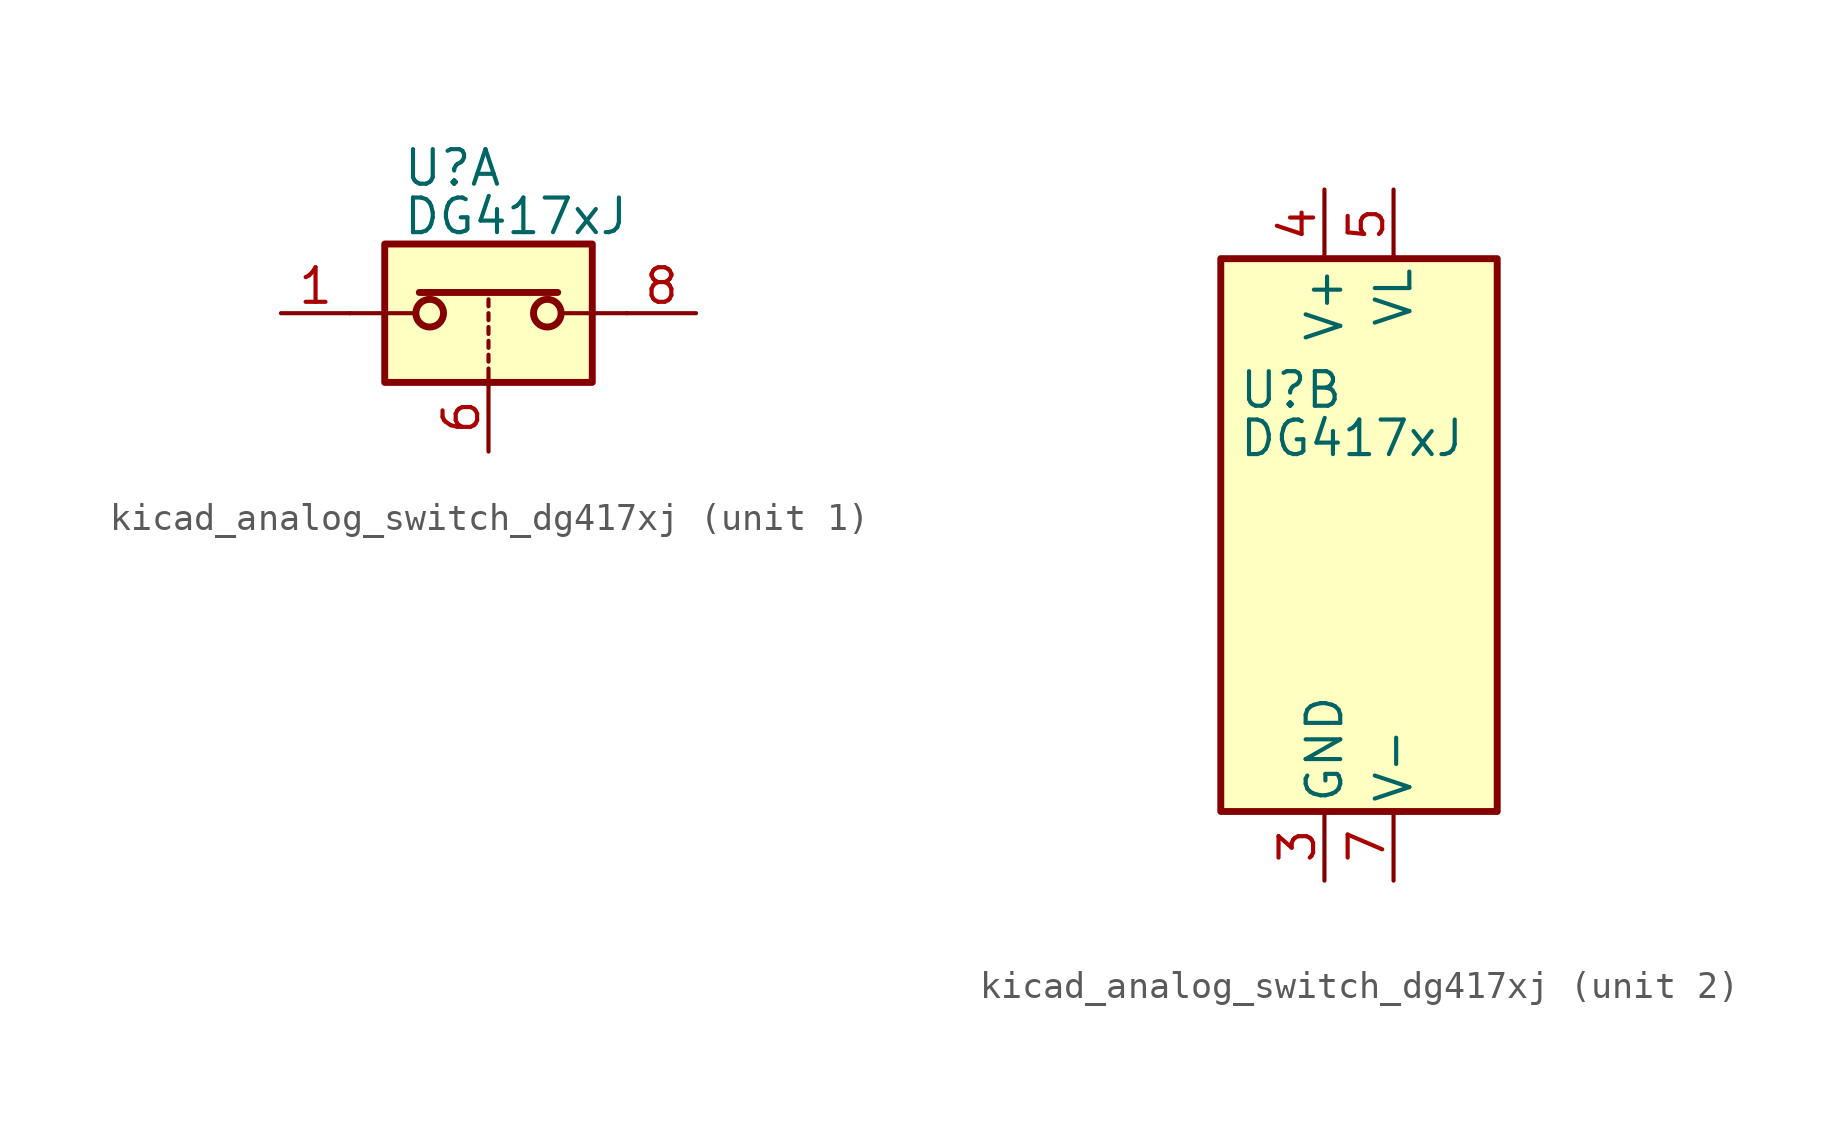
<source format=kicad_sym>
(kicad_symbol_lib
  (version 20220914)
  (generator kicad_symbol_editor)
  (symbol "kicad_analog_switch_dg417xj"
    (pin_names
      (offset 0.254))
    (property "Reference" "U"
      (at -3.175 5.334 0)
      (effects (font (size 1.27 1.27)) (justify left)))
    (property "Value" "DG417xJ"
      (at -3.175 3.556 0)
      (effects (font (size 1.27 1.27)) (justify left)))
    (symbol "kicad_analog_switch_dg417xj_1_1"
      (rectangle (start -3.81 2.54) (end 3.81 -2.54) (stroke (width 0.254) (type default)) (fill (type background)))
      (circle (center -2.159 0) (radius 0.508) (stroke (width 0.254) (type default)) (fill (type none)))
      (polyline (pts (xy -5.08 0) (xy -2.794 0)) (stroke (width 0) (type default)) (fill (type none)))
      (polyline (pts (xy -2.54 0.762) (xy 2.54 0.762)) (stroke (width 0.254) (type default)) (fill (type none)))
      (polyline (pts (xy 0 -2.54) (xy 0 -2.032)) (stroke (width 0) (type default)) (fill (type none)))
      (polyline (pts (xy 0 -1.778) (xy 0 -1.524)) (stroke (width 0) (type default)) (fill (type none)))
      (polyline (pts (xy 0 -1.27) (xy 0 -1.016)) (stroke (width 0) (type default)) (fill (type none)))
      (polyline (pts (xy 0 -0.762) (xy 0 -0.508)) (stroke (width 0) (type default)) (fill (type none)))
      (polyline (pts (xy 0 -0.254) (xy 0 0)) (stroke (width 0) (type default)) (fill (type none)))
      (polyline (pts (xy 0 0.254) (xy 0 0.508)) (stroke (width 0) (type default)) (fill (type none)))
      (polyline (pts (xy 5.08 0) (xy 2.794 0)) (stroke (width 0) (type default)) (fill (type none)))
      (circle (center 2.159 0) (radius 0.508) (stroke (width 0.254) (type default)) (fill (type none)))
      (pin passive line (at -7.62 0 0) (length 2.54) (name "~" (effects (font (size 1.27 1.27)))) (number "1" (effects (font (size 1.27 1.27)))))
      (pin input line (at 0 -5.08 90) (length 2.54) (name "~" (effects (font (size 1.27 1.27)))) (number "6" (effects (font (size 1.27 1.27)))))
      (pin passive line (at 7.62 0 180) (length 2.54) (name "~" (effects (font (size 1.27 1.27)))) (number "8" (effects (font (size 1.27 1.27))))))
    (symbol "kicad_analog_switch_dg417xj_2_0"
      (pin no_connect line (at -2.54 10.16 270) (length 2.54) hide (name "NC" (effects (font (size 1.27 1.27)))) (number "2" (effects (font (size 1.27 1.27)))))
      (pin power_in line (at 0 -12.7 90) (length 2.54) (name "GND" (effects (font (size 1.27 1.27)))) (number "3" (effects (font (size 1.27 1.27)))))
      (pin power_in line (at 0 12.7 270) (length 2.54) (name "V+" (effects (font (size 1.27 1.27)))) (number "4" (effects (font (size 1.27 1.27)))))
      (pin power_in line (at 2.54 12.7 270) (length 2.54) (name "VL" (effects (font (size 1.27 1.27)))) (number "5" (effects (font (size 1.27 1.27)))))
      (pin power_in line (at 2.54 -12.7 90) (length 2.54) (name "V-" (effects (font (size 1.27 1.27)))) (number "7" (effects (font (size 1.27 1.27))))))
    (symbol "kicad_analog_switch_dg417xj_2_1"
      (rectangle (start -3.81 10.16) (end 6.35 -10.16) (stroke (width 0.254) (type default)) (fill (type background))))))
</source>
